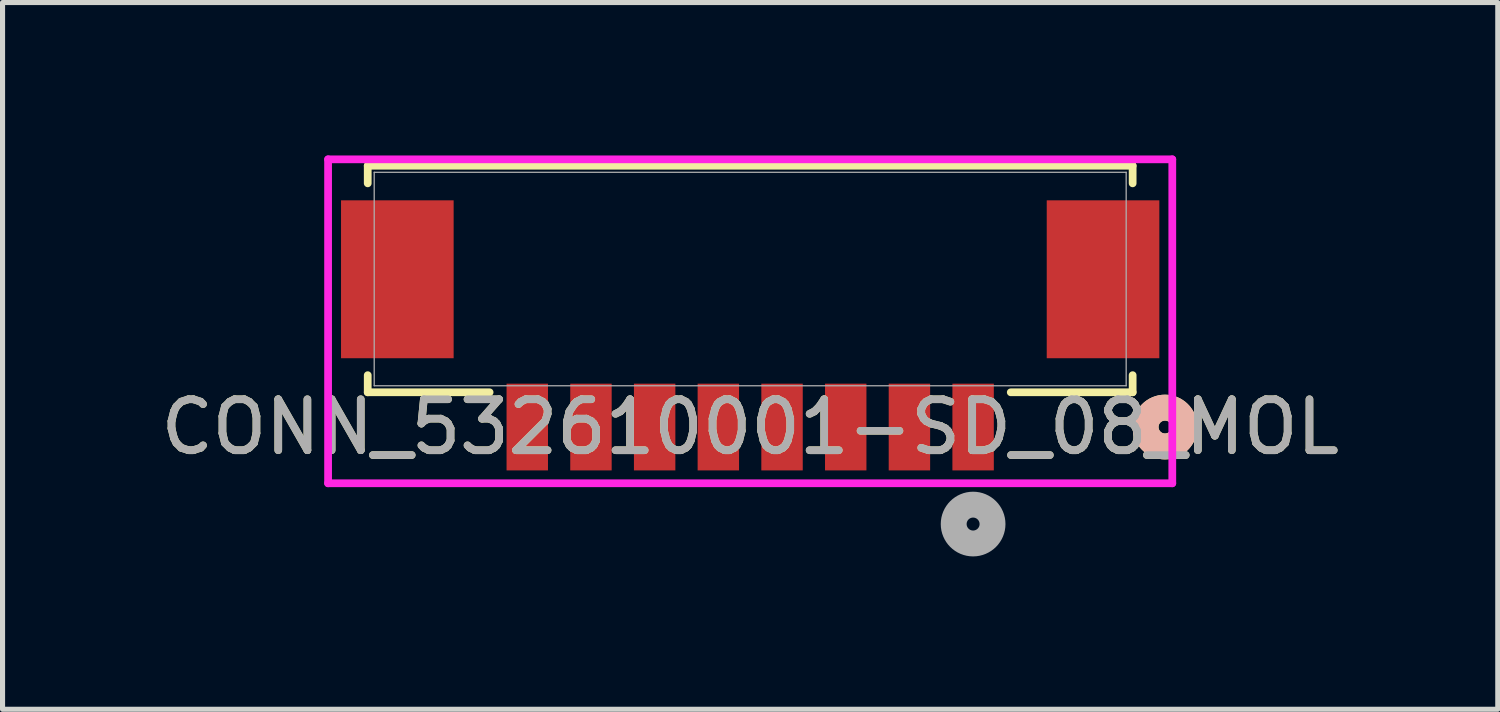
<source format=kicad_pcb>
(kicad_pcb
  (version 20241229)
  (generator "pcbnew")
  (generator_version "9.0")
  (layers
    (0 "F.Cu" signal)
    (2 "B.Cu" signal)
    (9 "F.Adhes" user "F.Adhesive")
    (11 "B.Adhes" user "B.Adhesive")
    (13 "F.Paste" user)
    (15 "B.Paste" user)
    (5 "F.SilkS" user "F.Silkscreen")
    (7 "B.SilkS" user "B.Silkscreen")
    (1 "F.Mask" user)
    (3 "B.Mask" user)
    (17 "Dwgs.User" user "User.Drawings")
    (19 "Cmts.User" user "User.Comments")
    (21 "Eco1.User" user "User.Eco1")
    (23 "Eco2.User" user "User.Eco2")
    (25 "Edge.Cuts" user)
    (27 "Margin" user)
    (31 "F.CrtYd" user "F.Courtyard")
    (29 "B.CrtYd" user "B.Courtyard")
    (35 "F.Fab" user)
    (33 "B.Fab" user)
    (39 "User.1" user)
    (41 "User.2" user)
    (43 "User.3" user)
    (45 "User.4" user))
  (footprint "CONN_532610001-SD_08_MOL"
    (layer "F.Cu")
    (at 11.673 2.426)
    (property "Reference" "CONN_532610001-SD_08_MOL" (at 0 2.905 0) (unlocked yes) (layer "F.SilkS") (effects (font (size 1 1) (thickness 0.15))))
    (attr smd)
    (fp_line (start -7.506 -2.223) (end -7.506 -1.878) (stroke (width 0.152) (type solid)) (layer "F.SilkS"))
    (fp_line (start -7.506 1.887) (end -7.506 2.223) (stroke (width 0.152) (type solid)) (layer "F.SilkS"))
    (fp_line (start -7.506 2.223) (end -5.114 2.223) (stroke (width 0.152) (type solid)) (layer "F.SilkS"))
    (fp_line (start 5.114 2.223) (end 7.506 2.223) (stroke (width 0.152) (type solid)) (layer "F.SilkS"))
    (fp_line (start 7.506 -2.223) (end -7.506 -2.223) (stroke (width 0.152) (type solid)) (layer "F.SilkS"))
    (fp_line (start 7.506 -1.878) (end 7.506 -2.223) (stroke (width 0.152) (type solid)) (layer "F.SilkS"))
    (fp_line (start 7.506 2.223) (end 7.506 1.887) (stroke (width 0.152) (type solid)) (layer "F.SilkS"))
    (fp_circle (center 8.141 2.905) (end 8.522 2.905) (stroke (width 0.508) (type solid)) (fill no) (layer "F.SilkS"))
    (fp_circle (center 8.141 2.905) (end 8.522 2.905) (stroke (width 0.508) (type solid)) (fill no) (layer "B.SilkS"))
    (fp_line (start -8.284 -2.349) (end -8.284 4.009) (stroke (width 0.152) (type solid)) (layer "F.CrtYd"))
    (fp_line (start -8.284 4.009) (end 8.284 4.009) (stroke (width 0.152) (type solid)) (layer "F.CrtYd"))
    (fp_line (start 8.284 -2.349) (end -8.284 -2.349) (stroke (width 0.152) (type solid)) (layer "F.CrtYd"))
    (fp_line (start 8.284 4.009) (end 8.284 -2.349) (stroke (width 0.152) (type solid)) (layer "F.CrtYd"))
    (fp_line (start -7.379 -2.095) (end -7.379 2.095) (stroke (width 0.025) (type solid)) (layer "F.Fab"))
    (fp_line (start -7.379 2.095) (end 7.379 2.095) (stroke (width 0.025) (type solid)) (layer "F.Fab"))
    (fp_line (start 7.379 -2.095) (end -7.379 -2.095) (stroke (width 0.025) (type solid)) (layer "F.Fab"))
    (fp_line (start 7.379 2.095) (end 7.379 -2.095) (stroke (width 0.025) (type solid)) (layer "F.Fab"))
    (fp_circle (center 4.375 4.809) (end 4.756 4.809) (stroke (width 0.508) (type solid)) (fill no) (layer "F.Fab"))
    (fp_text user "${REFERENCE}" (at 0 2.905 0) (unlocked yes) (layer "F.Fab") (effects (font (size 1 1) (thickness 0.15))))
    (pad "1" smd rect (at 4.375 2.905) (size 0.813 1.702) (layers "F.Cu" "F.Mask" "F.Paste"))
    (pad "2" smd rect (at 3.125 2.905) (size 0.813 1.702) (layers "F.Cu" "F.Mask" "F.Paste"))
    (pad "3" smd rect (at 1.875 2.905) (size 0.813 1.702) (layers "F.Cu" "F.Mask" "F.Paste"))
    (pad "4" smd rect (at 0.625 2.905) (size 0.813 1.702) (layers "F.Cu" "F.Mask" "F.Paste"))
    (pad "5" smd rect (at -0.625 2.905) (size 0.813 1.702) (layers "F.Cu" "F.Mask" "F.Paste"))
    (pad "6" smd rect (at -1.875 2.905) (size 0.813 1.702) (layers "F.Cu" "F.Mask" "F.Paste"))
    (pad "7" smd rect (at -3.125 2.905) (size 0.813 1.702) (layers "F.Cu" "F.Mask" "F.Paste"))
    (pad "8" smd rect (at -4.375 2.905) (size 0.813 1.702) (layers "F.Cu" "F.Mask" "F.Paste"))
    (pad "9" smd rect (at -6.925 0.005) (size 2.21 3.099) (layers "F.Cu" "F.Mask" "F.Paste"))
    (pad "10" smd rect (at 6.925 0.005) (size 2.21 3.099) (layers "F.Cu" "F.Mask" "F.Paste")))
  (gr_rect
    (start -3 -3)
    (end 26.345 10.87)
    (stroke (width 0.1) (type default))
    (fill no)
    (layer "Edge.Cuts")))
</source>
